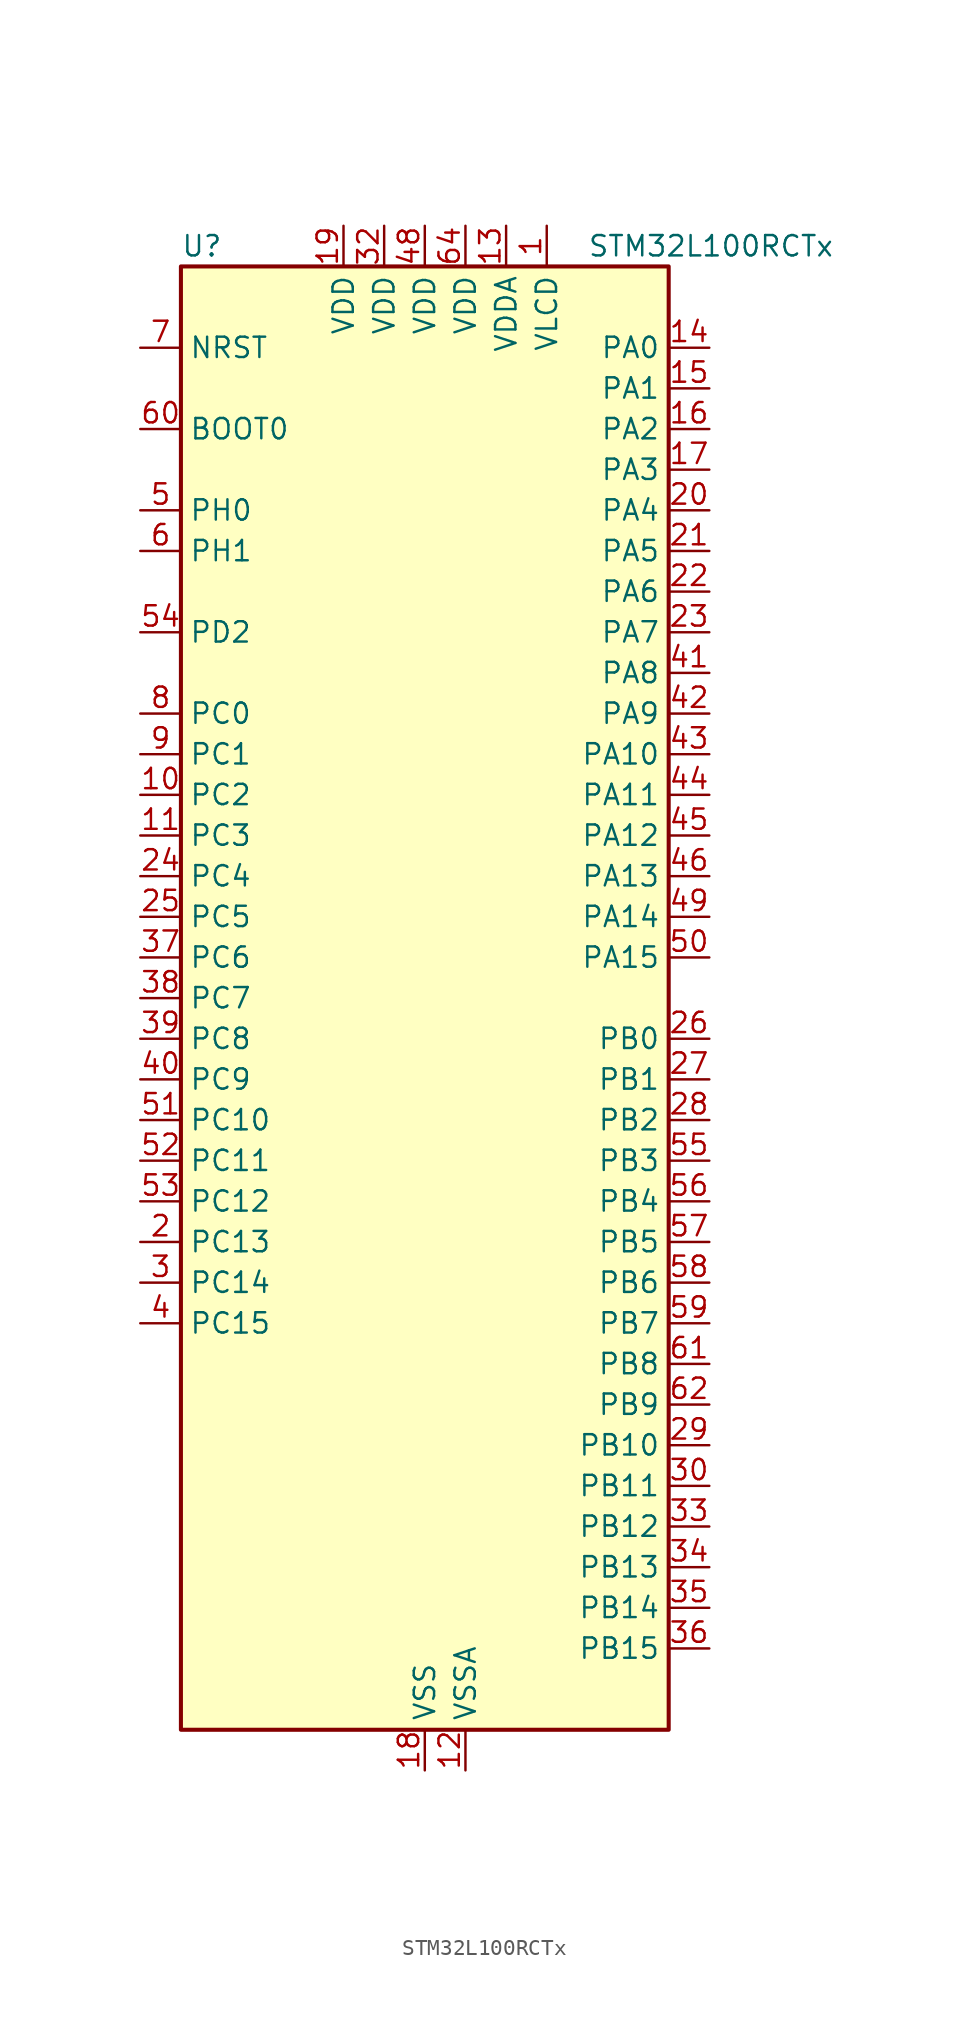
<source format=kicad_sym>
(kicad_symbol_lib
  (version 20241209)
  (generator "kicad_symbol_editor")
  (generator_version "9.0")
  (symbol "STM32L100RCTx"
    (property "Reference" "U"
      (at -15.24 46.99 0)
      (effects (font (size 1.27 1.27)) (justify left)))
    (property "Value" "STM32L100RCTx"
      (at 10.16 46.99 0)
      (effects (font (size 1.27 1.27)) (justify left)))
    (symbol "STM32L100RCTx_0_1"
      (rectangle (start -15.24 -45.72) (end 15.24 45.72) (stroke (width 0.254) (type default)) (fill (type background))))
    (symbol "STM32L100RCTx_1_1"
      (pin input line (at -17.78 40.64 0) (length 2.54) (name "NRST" (effects (font (size 1.27 1.27)))) (number "7" (effects (font (size 1.27 1.27)))))
      (pin input line (at -17.78 35.56 0) (length 2.54) (name "BOOT0" (effects (font (size 1.27 1.27)))) (number "60" (effects (font (size 1.27 1.27)))))
      (pin bidirectional line (at -17.78 30.48 0) (length 2.54) (name "PH0" (effects (font (size 1.27 1.27)))) (number "5" (effects (font (size 1.27 1.27)))) (alternate "RCC_OSC_IN" bidirectional line))
      (pin bidirectional line (at -17.78 27.94 0) (length 2.54) (name "PH1" (effects (font (size 1.27 1.27)))) (number "6" (effects (font (size 1.27 1.27)))) (alternate "RCC_OSC_OUT" bidirectional line))
      (pin bidirectional line (at -17.78 22.86 0) (length 2.54) (name "PD2" (effects (font (size 1.27 1.27)))) (number "54" (effects (font (size 1.27 1.27)))) (alternate "LCD_COM7" bidirectional line) (alternate "LCD_SEG31" bidirectional line) (alternate "TIM3_ETR" bidirectional line) (alternate "TIMX_IC3" bidirectional line))
      (pin bidirectional line (at -17.78 17.78 0) (length 2.54) (name "PC0" (effects (font (size 1.27 1.27)))) (number "8" (effects (font (size 1.27 1.27)))) (alternate "ADC_IN10" bidirectional line) (alternate "COMP1_INP" bidirectional line) (alternate "LCD_SEG18" bidirectional line) (alternate "TIMX_IC1" bidirectional line))
      (pin bidirectional line (at -17.78 15.24 0) (length 2.54) (name "PC1" (effects (font (size 1.27 1.27)))) (number "9" (effects (font (size 1.27 1.27)))) (alternate "ADC_IN11" bidirectional line) (alternate "COMP1_INP" bidirectional line) (alternate "LCD_SEG19" bidirectional line) (alternate "TIMX_IC2" bidirectional line))
      (pin bidirectional line (at -17.78 12.7 0) (length 2.54) (name "PC2" (effects (font (size 1.27 1.27)))) (number "10" (effects (font (size 1.27 1.27)))) (alternate "ADC_IN12" bidirectional line) (alternate "COMP1_INP" bidirectional line) (alternate "LCD_SEG20" bidirectional line) (alternate "TIMX_IC3" bidirectional line))
      (pin bidirectional line (at -17.78 10.16 0) (length 2.54) (name "PC3" (effects (font (size 1.27 1.27)))) (number "11" (effects (font (size 1.27 1.27)))) (alternate "ADC_IN13" bidirectional line) (alternate "COMP1_INP" bidirectional line) (alternate "LCD_SEG21" bidirectional line) (alternate "TIMX_IC4" bidirectional line))
      (pin bidirectional line (at -17.78 7.62 0) (length 2.54) (name "PC4" (effects (font (size 1.27 1.27)))) (number "24" (effects (font (size 1.27 1.27)))) (alternate "ADC_IN14" bidirectional line) (alternate "COMP1_INP" bidirectional line) (alternate "LCD_SEG22" bidirectional line) (alternate "TIMX_IC1" bidirectional line))
      (pin bidirectional line (at -17.78 5.08 0) (length 2.54) (name "PC5" (effects (font (size 1.27 1.27)))) (number "25" (effects (font (size 1.27 1.27)))) (alternate "ADC_IN15" bidirectional line) (alternate "COMP1_INP" bidirectional line) (alternate "LCD_SEG23" bidirectional line) (alternate "TIMX_IC2" bidirectional line))
      (pin bidirectional line (at -17.78 2.54 0) (length 2.54) (name "PC6" (effects (font (size 1.27 1.27)))) (number "37" (effects (font (size 1.27 1.27)))) (alternate "I2S2_MCK" bidirectional line) (alternate "LCD_SEG24" bidirectional line) (alternate "TIM3_CH1" bidirectional line) (alternate "TIMX_IC3" bidirectional line))
      (pin bidirectional line (at -17.78 0 0) (length 2.54) (name "PC7" (effects (font (size 1.27 1.27)))) (number "38" (effects (font (size 1.27 1.27)))) (alternate "I2S3_MCK" bidirectional line) (alternate "LCD_SEG25" bidirectional line) (alternate "TIM3_CH2" bidirectional line) (alternate "TIMX_IC4" bidirectional line))
      (pin bidirectional line (at -17.78 -2.54 0) (length 2.54) (name "PC8" (effects (font (size 1.27 1.27)))) (number "39" (effects (font (size 1.27 1.27)))) (alternate "LCD_SEG26" bidirectional line) (alternate "TIM3_CH3" bidirectional line) (alternate "TIMX_IC1" bidirectional line))
      (pin bidirectional line (at -17.78 -5.08 0) (length 2.54) (name "PC9" (effects (font (size 1.27 1.27)))) (number "40" (effects (font (size 1.27 1.27)))) (alternate "DAC_EXTI9" bidirectional line) (alternate "LCD_SEG27" bidirectional line) (alternate "TIM3_CH4" bidirectional line) (alternate "TIMX_IC2" bidirectional line))
      (pin bidirectional line (at -17.78 -7.62 0) (length 2.54) (name "PC10" (effects (font (size 1.27 1.27)))) (number "51" (effects (font (size 1.27 1.27)))) (alternate "I2S3_CK" bidirectional line) (alternate "LCD_COM4" bidirectional line) (alternate "LCD_SEG28" bidirectional line) (alternate "SPI3_SCK" bidirectional line) (alternate "TIMX_IC3" bidirectional line) (alternate "USART3_TX" bidirectional line))
      (pin bidirectional line (at -17.78 -10.16 0) (length 2.54) (name "PC11" (effects (font (size 1.27 1.27)))) (number "52" (effects (font (size 1.27 1.27)))) (alternate "ADC_EXTI11" bidirectional line) (alternate "LCD_COM5" bidirectional line) (alternate "LCD_SEG29" bidirectional line) (alternate "SPI3_MISO" bidirectional line) (alternate "TIMX_IC4" bidirectional line) (alternate "USART3_RX" bidirectional line))
      (pin bidirectional line (at -17.78 -12.7 0) (length 2.54) (name "PC12" (effects (font (size 1.27 1.27)))) (number "53" (effects (font (size 1.27 1.27)))) (alternate "I2S3_SD" bidirectional line) (alternate "LCD_COM6" bidirectional line) (alternate "LCD_SEG30" bidirectional line) (alternate "SPI3_MOSI" bidirectional line) (alternate "TIMX_IC1" bidirectional line) (alternate "USART3_CK" bidirectional line))
      (pin bidirectional line (at -17.78 -15.24 0) (length 2.54) (name "PC13" (effects (font (size 1.27 1.27)))) (number "2" (effects (font (size 1.27 1.27)))) (alternate "RTC_OUT_ALARM" bidirectional line) (alternate "RTC_OUT_CALIB" bidirectional line) (alternate "RTC_TAMP1" bidirectional line) (alternate "RTC_TS" bidirectional line) (alternate "SYS_WKUP2" bidirectional line) (alternate "TIMX_IC2" bidirectional line))
      (pin bidirectional line (at -17.78 -17.78 0) (length 2.54) (name "PC14" (effects (font (size 1.27 1.27)))) (number "3" (effects (font (size 1.27 1.27)))) (alternate "RCC_OSC32_IN" bidirectional line) (alternate "TIMX_IC3" bidirectional line))
      (pin bidirectional line (at -17.78 -20.32 0) (length 2.54) (name "PC15" (effects (font (size 1.27 1.27)))) (number "4" (effects (font (size 1.27 1.27)))) (alternate "ADC_EXTI15" bidirectional line) (alternate "RCC_OSC32_OUT" bidirectional line) (alternate "TIMX_IC4" bidirectional line))
      (pin power_in line (at -5.08 48.26 270) (length 2.54) (name "VDD" (effects (font (size 1.27 1.27)))) (number "19" (effects (font (size 1.27 1.27)))))
      (pin power_in line (at -2.54 48.26 270) (length 2.54) (name "VDD" (effects (font (size 1.27 1.27)))) (number "32" (effects (font (size 1.27 1.27)))))
      (pin power_in line (at 0 48.26 270) (length 2.54) (name "VDD" (effects (font (size 1.27 1.27)))) (number "48" (effects (font (size 1.27 1.27)))))
      (pin power_in line (at 0 -48.26 90) (length 2.54) (name "VSS" (effects (font (size 1.27 1.27)))) (number "18" (effects (font (size 1.27 1.27)))))
      (pin passive line (at 0 -48.26 90) (length 2.54) (hide yes) (name "VSS" (effects (font (size 1.27 1.27)))) (number "31" (effects (font (size 1.27 1.27)))))
      (pin passive line (at 0 -48.26 90) (length 2.54) (hide yes) (name "VSS" (effects (font (size 1.27 1.27)))) (number "47" (effects (font (size 1.27 1.27)))))
      (pin passive line (at 0 -48.26 90) (length 2.54) (hide yes) (name "VSS" (effects (font (size 1.27 1.27)))) (number "63" (effects (font (size 1.27 1.27)))))
      (pin power_in line (at 2.54 48.26 270) (length 2.54) (name "VDD" (effects (font (size 1.27 1.27)))) (number "64" (effects (font (size 1.27 1.27)))))
      (pin power_in line (at 2.54 -48.26 90) (length 2.54) (name "VSSA" (effects (font (size 1.27 1.27)))) (number "12" (effects (font (size 1.27 1.27)))))
      (pin power_in line (at 5.08 48.26 270) (length 2.54) (name "VDDA" (effects (font (size 1.27 1.27)))) (number "13" (effects (font (size 1.27 1.27)))))
      (pin power_in line (at 7.62 48.26 270) (length 2.54) (name "VLCD" (effects (font (size 1.27 1.27)))) (number "1" (effects (font (size 1.27 1.27)))))
      (pin bidirectional line (at 17.78 40.64 180) (length 2.54) (name "PA0" (effects (font (size 1.27 1.27)))) (number "14" (effects (font (size 1.27 1.27)))) (alternate "ADC_IN0" bidirectional line) (alternate "COMP1_INP" bidirectional line) (alternate "RTC_TAMP2" bidirectional line) (alternate "SYS_WKUP1" bidirectional line) (alternate "TIM2_CH1" bidirectional line) (alternate "TIM2_ETR" bidirectional line) (alternate "TIMX_IC1" bidirectional line) (alternate "USART2_CTS" bidirectional line))
      (pin bidirectional line (at 17.78 38.1 180) (length 2.54) (name "PA1" (effects (font (size 1.27 1.27)))) (number "15" (effects (font (size 1.27 1.27)))) (alternate "ADC_IN1" bidirectional line) (alternate "COMP1_INP" bidirectional line) (alternate "LCD_SEG0" bidirectional line) (alternate "TIM2_CH2" bidirectional line) (alternate "TIMX_IC2" bidirectional line) (alternate "USART2_RTS" bidirectional line))
      (pin bidirectional line (at 17.78 35.56 180) (length 2.54) (name "PA2" (effects (font (size 1.27 1.27)))) (number "16" (effects (font (size 1.27 1.27)))) (alternate "ADC_IN2" bidirectional line) (alternate "COMP1_INP" bidirectional line) (alternate "LCD_SEG1" bidirectional line) (alternate "TIM2_CH3" bidirectional line) (alternate "TIM9_CH1" bidirectional line) (alternate "TIMX_IC3" bidirectional line) (alternate "USART2_TX" bidirectional line))
      (pin bidirectional line (at 17.78 33.02 180) (length 2.54) (name "PA3" (effects (font (size 1.27 1.27)))) (number "17" (effects (font (size 1.27 1.27)))) (alternate "ADC_IN3" bidirectional line) (alternate "COMP1_INP" bidirectional line) (alternate "LCD_SEG2" bidirectional line) (alternate "TIM2_CH4" bidirectional line) (alternate "TIM9_CH2" bidirectional line) (alternate "TIMX_IC4" bidirectional line) (alternate "USART2_RX" bidirectional line))
      (pin bidirectional line (at 17.78 30.48 180) (length 2.54) (name "PA4" (effects (font (size 1.27 1.27)))) (number "20" (effects (font (size 1.27 1.27)))) (alternate "ADC_IN4" bidirectional line) (alternate "COMP1_INP" bidirectional line) (alternate "DAC_OUT1" bidirectional line) (alternate "I2S3_WS" bidirectional line) (alternate "SPI1_NSS" bidirectional line) (alternate "SPI3_NSS" bidirectional line) (alternate "TIMX_IC1" bidirectional line) (alternate "USART2_CK" bidirectional line))
      (pin bidirectional line (at 17.78 27.94 180) (length 2.54) (name "PA5" (effects (font (size 1.27 1.27)))) (number "21" (effects (font (size 1.27 1.27)))) (alternate "ADC_IN5" bidirectional line) (alternate "COMP1_INP" bidirectional line) (alternate "DAC_OUT2" bidirectional line) (alternate "SPI1_SCK" bidirectional line) (alternate "TIM2_CH1" bidirectional line) (alternate "TIM2_ETR" bidirectional line) (alternate "TIMX_IC2" bidirectional line))
      (pin bidirectional line (at 17.78 25.4 180) (length 2.54) (name "PA6" (effects (font (size 1.27 1.27)))) (number "22" (effects (font (size 1.27 1.27)))) (alternate "ADC_IN6" bidirectional line) (alternate "COMP1_INP" bidirectional line) (alternate "LCD_SEG3" bidirectional line) (alternate "SPI1_MISO" bidirectional line) (alternate "TIM10_CH1" bidirectional line) (alternate "TIM3_CH1" bidirectional line) (alternate "TIMX_IC3" bidirectional line))
      (pin bidirectional line (at 17.78 22.86 180) (length 2.54) (name "PA7" (effects (font (size 1.27 1.27)))) (number "23" (effects (font (size 1.27 1.27)))) (alternate "ADC_IN7" bidirectional line) (alternate "COMP1_INP" bidirectional line) (alternate "LCD_SEG4" bidirectional line) (alternate "SPI1_MOSI" bidirectional line) (alternate "TIM11_CH1" bidirectional line) (alternate "TIM3_CH2" bidirectional line) (alternate "TIMX_IC4" bidirectional line))
      (pin bidirectional line (at 17.78 20.32 180) (length 2.54) (name "PA8" (effects (font (size 1.27 1.27)))) (number "41" (effects (font (size 1.27 1.27)))) (alternate "LCD_COM0" bidirectional line) (alternate "RCC_MCO" bidirectional line) (alternate "TIMX_IC1" bidirectional line) (alternate "USART1_CK" bidirectional line))
      (pin bidirectional line (at 17.78 17.78 180) (length 2.54) (name "PA9" (effects (font (size 1.27 1.27)))) (number "42" (effects (font (size 1.27 1.27)))) (alternate "DAC_EXTI9" bidirectional line) (alternate "LCD_COM1" bidirectional line) (alternate "TIMX_IC2" bidirectional line) (alternate "USART1_TX" bidirectional line))
      (pin bidirectional line (at 17.78 15.24 180) (length 2.54) (name "PA10" (effects (font (size 1.27 1.27)))) (number "43" (effects (font (size 1.27 1.27)))) (alternate "LCD_COM2" bidirectional line) (alternate "TIMX_IC3" bidirectional line) (alternate "USART1_RX" bidirectional line))
      (pin bidirectional line (at 17.78 12.7 180) (length 2.54) (name "PA11" (effects (font (size 1.27 1.27)))) (number "44" (effects (font (size 1.27 1.27)))) (alternate "ADC_EXTI11" bidirectional line) (alternate "SPI1_MISO" bidirectional line) (alternate "TIMX_IC4" bidirectional line) (alternate "USART1_CTS" bidirectional line) (alternate "USB_DM" bidirectional line))
      (pin bidirectional line (at 17.78 10.16 180) (length 2.54) (name "PA12" (effects (font (size 1.27 1.27)))) (number "45" (effects (font (size 1.27 1.27)))) (alternate "SPI1_MOSI" bidirectional line) (alternate "TIMX_IC1" bidirectional line) (alternate "USART1_RTS" bidirectional line) (alternate "USB_DP" bidirectional line))
      (pin bidirectional line (at 17.78 7.62 180) (length 2.54) (name "PA13" (effects (font (size 1.27 1.27)))) (number "46" (effects (font (size 1.27 1.27)))) (alternate "SYS_JTMS-SWDIO" bidirectional line) (alternate "TIMX_IC2" bidirectional line))
      (pin bidirectional line (at 17.78 5.08 180) (length 2.54) (name "PA14" (effects (font (size 1.27 1.27)))) (number "49" (effects (font (size 1.27 1.27)))) (alternate "SYS_JTCK-SWCLK" bidirectional line) (alternate "TIMX_IC3" bidirectional line))
      (pin bidirectional line (at 17.78 2.54 180) (length 2.54) (name "PA15" (effects (font (size 1.27 1.27)))) (number "50" (effects (font (size 1.27 1.27)))) (alternate "ADC_EXTI15" bidirectional line) (alternate "I2S3_WS" bidirectional line) (alternate "LCD_SEG17" bidirectional line) (alternate "SPI1_NSS" bidirectional line) (alternate "SPI3_NSS" bidirectional line) (alternate "SYS_JTDI" bidirectional line) (alternate "TIM2_CH1" bidirectional line) (alternate "TIM2_ETR" bidirectional line) (alternate "TIMX_IC4" bidirectional line))
      (pin bidirectional line (at 17.78 -2.54 180) (length 2.54) (name "PB0" (effects (font (size 1.27 1.27)))) (number "26" (effects (font (size 1.27 1.27)))) (alternate "ADC_IN8" bidirectional line) (alternate "COMP1_INP" bidirectional line) (alternate "LCD_SEG5" bidirectional line) (alternate "SYS_V_REF_OUT" bidirectional line) (alternate "TIM3_CH3" bidirectional line))
      (pin bidirectional line (at 17.78 -5.08 180) (length 2.54) (name "PB1" (effects (font (size 1.27 1.27)))) (number "27" (effects (font (size 1.27 1.27)))) (alternate "ADC_IN9" bidirectional line) (alternate "COMP1_INP" bidirectional line) (alternate "LCD_SEG6" bidirectional line) (alternate "SYS_V_REF_OUT" bidirectional line) (alternate "TIM3_CH4" bidirectional line))
      (pin bidirectional line (at 17.78 -7.62 180) (length 2.54) (name "PB2" (effects (font (size 1.27 1.27)))) (number "28" (effects (font (size 1.27 1.27)))) (alternate "COMP1_INP" bidirectional line))
      (pin bidirectional line (at 17.78 -10.16 180) (length 2.54) (name "PB3" (effects (font (size 1.27 1.27)))) (number "55" (effects (font (size 1.27 1.27)))) (alternate "COMP2_INM" bidirectional line) (alternate "I2S3_CK" bidirectional line) (alternate "LCD_SEG7" bidirectional line) (alternate "SPI1_SCK" bidirectional line) (alternate "SPI3_SCK" bidirectional line) (alternate "SYS_JTDO-TRACESWO" bidirectional line) (alternate "TIM2_CH2" bidirectional line))
      (pin bidirectional line (at 17.78 -12.7 180) (length 2.54) (name "PB4" (effects (font (size 1.27 1.27)))) (number "56" (effects (font (size 1.27 1.27)))) (alternate "COMP2_INP" bidirectional line) (alternate "LCD_SEG8" bidirectional line) (alternate "SPI1_MISO" bidirectional line) (alternate "SPI3_MISO" bidirectional line) (alternate "SYS_JTRST" bidirectional line) (alternate "TIM3_CH1" bidirectional line))
      (pin bidirectional line (at 17.78 -15.24 180) (length 2.54) (name "PB5" (effects (font (size 1.27 1.27)))) (number "57" (effects (font (size 1.27 1.27)))) (alternate "COMP2_INP" bidirectional line) (alternate "I2C1_SMBA" bidirectional line) (alternate "I2S3_SD" bidirectional line) (alternate "LCD_SEG9" bidirectional line) (alternate "SPI1_MOSI" bidirectional line) (alternate "SPI3_MOSI" bidirectional line) (alternate "TIM3_CH2" bidirectional line))
      (pin bidirectional line (at 17.78 -17.78 180) (length 2.54) (name "PB6" (effects (font (size 1.27 1.27)))) (number "58" (effects (font (size 1.27 1.27)))) (alternate "COMP2_INP" bidirectional line) (alternate "I2C1_SCL" bidirectional line) (alternate "TIM4_CH1" bidirectional line) (alternate "USART1_TX" bidirectional line))
      (pin bidirectional line (at 17.78 -20.32 180) (length 2.54) (name "PB7" (effects (font (size 1.27 1.27)))) (number "59" (effects (font (size 1.27 1.27)))) (alternate "COMP2_INP" bidirectional line) (alternate "I2C1_SDA" bidirectional line) (alternate "SYS_PVD_IN" bidirectional line) (alternate "TIM4_CH2" bidirectional line) (alternate "USART1_RX" bidirectional line))
      (pin bidirectional line (at 17.78 -22.86 180) (length 2.54) (name "PB8" (effects (font (size 1.27 1.27)))) (number "61" (effects (font (size 1.27 1.27)))) (alternate "I2C1_SCL" bidirectional line) (alternate "LCD_SEG16" bidirectional line) (alternate "TIM10_CH1" bidirectional line) (alternate "TIM4_CH3" bidirectional line))
      (pin bidirectional line (at 17.78 -25.4 180) (length 2.54) (name "PB9" (effects (font (size 1.27 1.27)))) (number "62" (effects (font (size 1.27 1.27)))) (alternate "DAC_EXTI9" bidirectional line) (alternate "I2C1_SDA" bidirectional line) (alternate "LCD_COM3" bidirectional line) (alternate "TIM11_CH1" bidirectional line) (alternate "TIM4_CH4" bidirectional line))
      (pin bidirectional line (at 17.78 -27.94 180) (length 2.54) (name "PB10" (effects (font (size 1.27 1.27)))) (number "29" (effects (font (size 1.27 1.27)))) (alternate "I2C2_SCL" bidirectional line) (alternate "LCD_SEG10" bidirectional line) (alternate "TIM2_CH3" bidirectional line) (alternate "USART3_TX" bidirectional line))
      (pin bidirectional line (at 17.78 -30.48 180) (length 2.54) (name "PB11" (effects (font (size 1.27 1.27)))) (number "30" (effects (font (size 1.27 1.27)))) (alternate "ADC_EXTI11" bidirectional line) (alternate "I2C2_SDA" bidirectional line) (alternate "LCD_SEG11" bidirectional line) (alternate "TIM2_CH4" bidirectional line) (alternate "USART3_RX" bidirectional line))
      (pin bidirectional line (at 17.78 -33.02 180) (length 2.54) (name "PB12" (effects (font (size 1.27 1.27)))) (number "33" (effects (font (size 1.27 1.27)))) (alternate "ADC_IN18" bidirectional line) (alternate "COMP1_INP" bidirectional line) (alternate "I2C2_SMBA" bidirectional line) (alternate "I2S2_WS" bidirectional line) (alternate "LCD_SEG12" bidirectional line) (alternate "SPI2_NSS" bidirectional line) (alternate "TIM10_CH1" bidirectional line) (alternate "USART3_CK" bidirectional line))
      (pin bidirectional line (at 17.78 -35.56 180) (length 2.54) (name "PB13" (effects (font (size 1.27 1.27)))) (number "34" (effects (font (size 1.27 1.27)))) (alternate "ADC_IN19" bidirectional line) (alternate "COMP1_INP" bidirectional line) (alternate "I2S2_CK" bidirectional line) (alternate "LCD_SEG13" bidirectional line) (alternate "SPI2_SCK" bidirectional line) (alternate "TIM9_CH1" bidirectional line) (alternate "USART3_CTS" bidirectional line))
      (pin bidirectional line (at 17.78 -38.1 180) (length 2.54) (name "PB14" (effects (font (size 1.27 1.27)))) (number "35" (effects (font (size 1.27 1.27)))) (alternate "ADC_IN20" bidirectional line) (alternate "COMP1_INP" bidirectional line) (alternate "LCD_SEG14" bidirectional line) (alternate "SPI2_MISO" bidirectional line) (alternate "TIM9_CH2" bidirectional line) (alternate "USART3_RTS" bidirectional line))
      (pin bidirectional line (at 17.78 -40.64 180) (length 2.54) (name "PB15" (effects (font (size 1.27 1.27)))) (number "36" (effects (font (size 1.27 1.27)))) (alternate "ADC_EXTI15" bidirectional line) (alternate "ADC_IN21" bidirectional line) (alternate "COMP1_INP" bidirectional line) (alternate "I2S2_SD" bidirectional line) (alternate "LCD_SEG15" bidirectional line) (alternate "RTC_REFIN" bidirectional line) (alternate "SPI2_MOSI" bidirectional line) (alternate "TIM11_CH1" bidirectional line)))))
</source>
